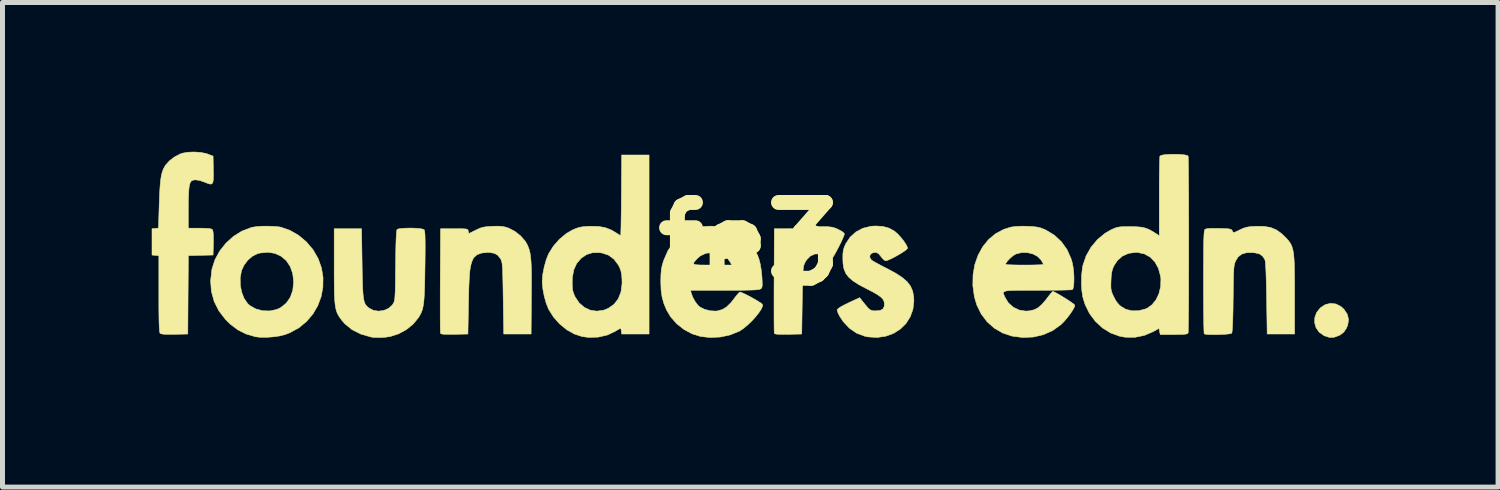
<source format=kicad_pcb>
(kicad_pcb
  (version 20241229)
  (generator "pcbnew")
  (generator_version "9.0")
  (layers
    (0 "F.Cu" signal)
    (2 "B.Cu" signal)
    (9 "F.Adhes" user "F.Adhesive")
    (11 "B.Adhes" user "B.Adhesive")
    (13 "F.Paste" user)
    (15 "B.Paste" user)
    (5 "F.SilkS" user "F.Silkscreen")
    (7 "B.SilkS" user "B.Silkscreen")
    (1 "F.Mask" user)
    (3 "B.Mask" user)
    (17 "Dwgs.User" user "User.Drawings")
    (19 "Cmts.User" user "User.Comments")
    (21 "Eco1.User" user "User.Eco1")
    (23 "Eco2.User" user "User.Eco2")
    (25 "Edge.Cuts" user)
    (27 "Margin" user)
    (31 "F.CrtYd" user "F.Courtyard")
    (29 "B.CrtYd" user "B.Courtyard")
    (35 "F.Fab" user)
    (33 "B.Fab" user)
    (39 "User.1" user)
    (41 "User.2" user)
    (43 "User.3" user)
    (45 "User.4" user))
  (footprint "fe3"
    (layer "F.Cu")
    (at 12.017 1.854)
    (property "Reference" "fe3" (at 0 0 0) (layer "F.SilkS") (effects (font (size 1.524 1.524) (thickness 0.3))))
    (attr through_hole)
    (fp_poly (pts (xy 11.787 1.206) (xy 11.888 1.259) (xy 11.945 1.311) (xy 12.013 1.412) (xy 12.039 1.518) (xy 12.023 1.628) (xy 11.998 1.689) (xy 11.945 1.769) (xy 11.876 1.824) (xy 11.854 1.836) (xy 11.75 1.875) (xy 11.655 1.878) (xy 11.555 1.846) (xy 11.542 1.84) (xy 11.448 1.772) (xy 11.386 1.684) (xy 11.357 1.583) (xy 11.361 1.476) (xy 11.399 1.373) (xy 11.473 1.283) (xy 11.572 1.218) (xy 11.679 1.193) (xy 11.787 1.206)) (stroke (width 0.01) (type solid)) (fill yes) (layer "F.SilkS"))
    (fp_poly (pts (xy 1.56 -0.348) (xy 1.635 -0.341) (xy 1.696 -0.328) (xy 1.757 -0.304) (xy 1.783 -0.292) (xy 1.851 -0.256) (xy 1.894 -0.222) (xy 1.905 -0.203) (xy 1.896 -0.169) (xy 1.871 -0.109) (xy 1.836 -0.032) (xy 1.794 0.052) (xy 1.751 0.135) (xy 1.711 0.207) (xy 1.679 0.26) (xy 1.66 0.283) (xy 1.659 0.284) (xy 1.628 0.28) (xy 1.574 0.26) (xy 1.532 0.24) (xy 1.418 0.2) (xy 1.313 0.201) (xy 1.221 0.242) (xy 1.144 0.321) (xy 1.117 0.365) (xy 1.104 0.392) (xy 1.093 0.419) (xy 1.084 0.452) (xy 1.078 0.496) (xy 1.073 0.556) (xy 1.069 0.637) (xy 1.065 0.743) (xy 1.063 0.879) (xy 1.06 1.051) (xy 1.058 1.132) (xy 1.048 1.81) (xy 0.777 1.816) (xy 0.658 1.817) (xy 0.576 1.815) (xy 0.525 1.81) (xy 0.5 1.8) (xy 0.497 1.795) (xy 0.495 1.769) (xy 0.493 1.704) (xy 0.492 1.606) (xy 0.491 1.478) (xy 0.491 1.325) (xy 0.491 1.15) (xy 0.491 0.958) (xy 0.492 0.753) (xy 0.492 0.73) (xy 0.497 -0.307) (xy 0.762 -0.307) (xy 0.872 -0.306) (xy 0.948 -0.304) (xy 0.996 -0.299) (xy 1.023 -0.291) (xy 1.039 -0.277) (xy 1.046 -0.262) (xy 1.059 -0.238) (xy 1.076 -0.232) (xy 1.106 -0.247) (xy 1.159 -0.284) (xy 1.205 -0.314) (xy 1.245 -0.333) (xy 1.292 -0.344) (xy 1.356 -0.348) (xy 1.45 -0.349) (xy 1.457 -0.349) (xy 1.56 -0.348)) (stroke (width 0.01) (type solid)) (fill yes) (layer "F.SilkS"))
    (fp_poly (pts (xy -11.039 -1.841) (xy -10.926 -1.819) (xy -10.89 -1.807) (xy -10.784 -1.766) (xy -10.779 -1.5) (xy -10.777 -1.375) (xy -10.78 -1.288) (xy -10.79 -1.233) (xy -10.812 -1.207) (xy -10.846 -1.204) (xy -10.898 -1.22) (xy -10.943 -1.239) (xy -11.05 -1.276) (xy -11.14 -1.29) (xy -11.206 -1.278) (xy -11.213 -1.273) (xy -11.236 -1.248) (xy -11.254 -1.203) (xy -11.267 -1.132) (xy -11.275 -1.032) (xy -11.28 -0.899) (xy -11.282 -0.728) (xy -11.282 -0.715) (xy -11.282 -0.318) (xy -11.052 -0.318) (xy -10.939 -0.316) (xy -10.863 -0.31) (xy -10.817 -0.301) (xy -10.797 -0.288) (xy -10.785 -0.249) (xy -10.778 -0.169) (xy -10.778 -0.048) (xy -10.778 -0.018) (xy -10.784 0.222) (xy -11.033 0.228) (xy -11.281 0.234) (xy -11.287 1.022) (xy -11.292 1.81) (xy -11.557 1.816) (xy -11.684 1.817) (xy -11.772 1.814) (xy -11.826 1.806) (xy -11.849 1.796) (xy -11.856 1.777) (xy -11.862 1.737) (xy -11.866 1.67) (xy -11.87 1.575) (xy -11.872 1.448) (xy -11.874 1.286) (xy -11.874 1.086) (xy -11.874 1.003) (xy -11.874 0.236) (xy -11.943 0.229) (xy -12.012 0.222) (xy -12.012 -0.307) (xy -11.947 -0.313) (xy -11.881 -0.32) (xy -11.867 -0.8) (xy -11.86 -0.991) (xy -11.851 -1.145) (xy -11.84 -1.268) (xy -11.826 -1.366) (xy -11.806 -1.445) (xy -11.782 -1.51) (xy -11.751 -1.567) (xy -11.735 -1.59) (xy -11.658 -1.675) (xy -11.555 -1.752) (xy -11.442 -1.81) (xy -11.4 -1.825) (xy -11.293 -1.844) (xy -11.167 -1.849) (xy -11.039 -1.841)) (stroke (width 0.01) (type solid)) (fill yes) (layer "F.SilkS"))
    (fp_poly (pts (xy -9.55 -0.353) (xy -9.451 -0.343) (xy -9.42 -0.337) (xy -9.241 -0.275) (xy -9.067 -0.175) (xy -8.909 -0.043) (xy -8.772 0.119) (xy -8.671 0.296) (xy -8.605 0.483) (xy -8.574 0.675) (xy -8.577 0.868) (xy -8.612 1.057) (xy -8.679 1.238) (xy -8.776 1.405) (xy -8.903 1.555) (xy -9.057 1.683) (xy -9.239 1.783) (xy -9.337 1.821) (xy -9.442 1.848) (xy -9.57 1.866) (xy -9.704 1.876) (xy -9.83 1.876) (xy -9.932 1.865) (xy -9.938 1.863) (xy -10.124 1.808) (xy -10.287 1.726) (xy -10.437 1.613) (xy -10.535 1.516) (xy -10.667 1.345) (xy -10.762 1.156) (xy -10.818 0.953) (xy -10.834 0.739) (xy -10.827 0.682) (xy -10.239 0.682) (xy -10.237 0.828) (xy -10.21 0.968) (xy -10.161 1.094) (xy -10.091 1.196) (xy -10.047 1.237) (xy -9.926 1.305) (xy -9.788 1.342) (xy -9.646 1.346) (xy -9.51 1.318) (xy -9.428 1.281) (xy -9.315 1.191) (xy -9.232 1.073) (xy -9.182 0.93) (xy -9.165 0.762) (xy -9.183 0.597) (xy -9.233 0.454) (xy -9.311 0.336) (xy -9.415 0.247) (xy -9.54 0.189) (xy -9.681 0.166) (xy -9.836 0.181) (xy -9.893 0.195) (xy -9.991 0.244) (xy -10.084 0.323) (xy -10.161 0.424) (xy -10.212 0.534) (xy -10.214 0.541) (xy -10.239 0.682) (xy -10.827 0.682) (xy -10.809 0.517) (xy -10.806 0.502) (xy -10.746 0.316) (xy -10.651 0.141) (xy -10.525 -0.017) (xy -10.376 -0.152) (xy -10.208 -0.257) (xy -10.027 -0.328) (xy -9.99 -0.337) (xy -9.904 -0.35) (xy -9.792 -0.357) (xy -9.668 -0.358) (xy -9.55 -0.353)) (stroke (width 0.01) (type solid)) (fill yes) (layer "F.SilkS"))
    (fp_poly (pts (xy -4.979 -0.354) (xy -4.912 -0.341) (xy -4.844 -0.319) (xy -4.718 -0.254) (xy -4.603 -0.163) (xy -4.511 -0.057) (xy -4.478 -0.002) (xy -4.453 0.051) (xy -4.432 0.107) (xy -4.416 0.168) (xy -4.404 0.241) (xy -4.395 0.329) (xy -4.389 0.439) (xy -4.385 0.573) (xy -4.384 0.738) (xy -4.385 0.937) (xy -4.386 1.079) (xy -4.392 1.81) (xy -4.942 1.81) (xy -4.953 1.09) (xy -4.956 0.896) (xy -4.959 0.739) (xy -4.962 0.615) (xy -4.965 0.52) (xy -4.97 0.448) (xy -4.975 0.395) (xy -4.982 0.357) (xy -4.991 0.329) (xy -5.001 0.306) (xy -5.007 0.296) (xy -5.06 0.228) (xy -5.128 0.188) (xy -5.221 0.171) (xy -5.266 0.17) (xy -5.387 0.182) (xy -5.481 0.217) (xy -5.544 0.274) (xy -5.553 0.289) (xy -5.576 0.338) (xy -5.594 0.39) (xy -5.609 0.45) (xy -5.621 0.524) (xy -5.63 0.615) (xy -5.637 0.731) (xy -5.643 0.875) (xy -5.647 1.054) (xy -5.65 1.175) (xy -5.662 1.81) (xy -5.932 1.816) (xy -6.052 1.817) (xy -6.134 1.815) (xy -6.185 1.81) (xy -6.209 1.8) (xy -6.213 1.795) (xy -6.215 1.769) (xy -6.217 1.704) (xy -6.218 1.606) (xy -6.219 1.478) (xy -6.219 1.325) (xy -6.219 1.15) (xy -6.219 0.958) (xy -6.218 0.753) (xy -6.218 0.73) (xy -6.212 -0.307) (xy -5.937 -0.307) (xy -5.825 -0.307) (xy -5.748 -0.305) (xy -5.7 -0.301) (xy -5.673 -0.293) (xy -5.66 -0.28) (xy -5.656 -0.262) (xy -5.655 -0.259) (xy -5.648 -0.222) (xy -5.643 -0.212) (xy -5.623 -0.22) (xy -5.574 -0.244) (xy -5.509 -0.276) (xy -5.501 -0.28) (xy -5.429 -0.314) (xy -5.365 -0.335) (xy -5.294 -0.347) (xy -5.201 -0.354) (xy -5.165 -0.356) (xy -5.058 -0.358) (xy -4.979 -0.354)) (stroke (width 0.01) (type solid)) (fill yes) (layer "F.SilkS"))
    (fp_poly (pts (xy -6.716 -0.317) (xy -6.632 -0.31) (xy -6.57 -0.299) (xy -6.541 -0.286) (xy -6.533 -0.267) (xy -6.528 -0.227) (xy -6.524 -0.163) (xy -6.522 -0.071) (xy -6.521 0.051) (xy -6.522 0.209) (xy -6.524 0.404) (xy -6.525 0.46) (xy -6.528 0.672) (xy -6.532 0.848) (xy -6.537 0.99) (xy -6.544 1.105) (xy -6.553 1.197) (xy -6.566 1.271) (xy -6.582 1.332) (xy -6.603 1.385) (xy -6.629 1.435) (xy -6.656 1.48) (xy -6.76 1.608) (xy -6.895 1.718) (xy -7.051 1.804) (xy -7.218 1.858) (xy -7.238 1.863) (xy -7.339 1.876) (xy -7.451 1.881) (xy -7.553 1.878) (xy -7.609 1.87) (xy -7.815 1.811) (xy -7.99 1.723) (xy -8.134 1.606) (xy -8.197 1.533) (xy -8.235 1.482) (xy -8.266 1.434) (xy -8.291 1.384) (xy -8.31 1.328) (xy -8.325 1.26) (xy -8.335 1.176) (xy -8.343 1.071) (xy -8.347 0.941) (xy -8.349 0.782) (xy -8.35 0.587) (xy -8.35 0.445) (xy -8.35 -0.307) (xy -7.8 -0.307) (xy -7.789 0.392) (xy -7.786 0.597) (xy -7.782 0.765) (xy -7.777 0.899) (xy -7.77 1.005) (xy -7.761 1.086) (xy -7.749 1.148) (xy -7.733 1.194) (xy -7.713 1.229) (xy -7.687 1.257) (xy -7.656 1.284) (xy -7.653 1.287) (xy -7.562 1.334) (xy -7.458 1.35) (xy -7.353 1.336) (xy -7.257 1.295) (xy -7.183 1.228) (xy -7.171 1.21) (xy -7.158 1.188) (xy -7.147 1.165) (xy -7.139 1.136) (xy -7.132 1.097) (xy -7.128 1.043) (xy -7.124 0.969) (xy -7.121 0.871) (xy -7.119 0.743) (xy -7.118 0.581) (xy -7.116 0.435) (xy -7.113 0.216) (xy -7.11 0.035) (xy -7.105 -0.107) (xy -7.099 -0.209) (xy -7.093 -0.271) (xy -7.087 -0.29) (xy -7.055 -0.304) (xy -6.991 -0.313) (xy -6.906 -0.318) (xy -6.811 -0.32) (xy -6.716 -0.317)) (stroke (width 0.01) (type solid)) (fill yes) (layer "F.SilkS"))
    (fp_poly (pts (xy -2.021 1.81) (xy -2.572 1.81) (xy -2.578 1.752) (xy -2.586 1.709) (xy -2.593 1.693) (xy -2.614 1.704) (xy -2.659 1.73) (xy -2.703 1.756) (xy -2.863 1.831) (xy -3.043 1.872) (xy -3.233 1.878) (xy -3.365 1.861) (xy -3.522 1.81) (xy -3.675 1.724) (xy -3.818 1.608) (xy -3.941 1.469) (xy -4.039 1.314) (xy -4.042 1.307) (xy -4.088 1.192) (xy -4.127 1.053) (xy -4.155 0.909) (xy -4.168 0.777) (xy -4.168 0.762) (xy -3.566 0.762) (xy -3.564 0.86) (xy -3.556 0.932) (xy -3.538 0.994) (xy -3.507 1.064) (xy -3.426 1.185) (xy -3.323 1.274) (xy -3.203 1.33) (xy -3.072 1.35) (xy -2.937 1.332) (xy -2.842 1.294) (xy -2.725 1.212) (xy -2.64 1.102) (xy -2.586 0.965) (xy -2.564 0.8) (xy -2.565 0.71) (xy -2.573 0.611) (xy -2.588 0.537) (xy -2.613 0.471) (xy -2.639 0.421) (xy -2.726 0.306) (xy -2.835 0.225) (xy -2.967 0.181) (xy -3.026 0.173) (xy -3.163 0.177) (xy -3.278 0.213) (xy -3.382 0.284) (xy -3.387 0.288) (xy -3.476 0.392) (xy -3.533 0.517) (xy -3.562 0.667) (xy -3.566 0.762) (xy -4.168 0.762) (xy -4.168 0.751) (xy -4.158 0.613) (xy -4.128 0.46) (xy -4.086 0.311) (xy -4.04 0.197) (xy -3.945 0.045) (xy -3.823 -0.095) (xy -3.683 -0.211) (xy -3.564 -0.28) (xy -3.488 -0.313) (xy -3.422 -0.334) (xy -3.351 -0.347) (xy -3.26 -0.354) (xy -3.207 -0.356) (xy -3.042 -0.353) (xy -2.902 -0.329) (xy -2.777 -0.28) (xy -2.678 -0.221) (xy -2.63 -0.19) (xy -2.598 -0.171) (xy -2.592 -0.169) (xy -2.59 -0.19) (xy -2.588 -0.248) (xy -2.585 -0.339) (xy -2.583 -0.459) (xy -2.581 -0.603) (xy -2.579 -0.766) (xy -2.578 -0.945) (xy -2.577 -0.979) (xy -2.572 -1.789) (xy -2.021 -1.789) (xy -2.021 1.81)) (stroke (width 0.01) (type solid)) (fill yes) (layer "F.SilkS"))
    (fp_poly (pts (xy 2.678 -0.353) (xy 2.801 -0.319) (xy 2.91 -0.259) (xy 2.925 -0.247) (xy 2.984 -0.194) (xy 3.046 -0.126) (xy 3.103 -0.053) (xy 3.147 0.015) (xy 3.172 0.069) (xy 3.175 0.085) (xy 3.157 0.108) (xy 3.111 0.144) (xy 3.044 0.187) (xy 2.966 0.233) (xy 2.887 0.276) (xy 2.814 0.311) (xy 2.758 0.333) (xy 2.734 0.338) (xy 2.702 0.321) (xy 2.661 0.279) (xy 2.641 0.253) (xy 2.595 0.197) (xy 2.552 0.173) (xy 2.523 0.169) (xy 2.458 0.184) (xy 2.421 0.22) (xy 2.415 0.268) (xy 2.446 0.319) (xy 2.45 0.323) (xy 2.482 0.344) (xy 2.543 0.379) (xy 2.628 0.425) (xy 2.726 0.476) (xy 2.766 0.496) (xy 2.935 0.587) (xy 3.067 0.673) (xy 3.166 0.758) (xy 3.234 0.848) (xy 3.277 0.946) (xy 3.298 1.058) (xy 3.302 1.143) (xy 3.283 1.313) (xy 3.227 1.466) (xy 3.141 1.601) (xy 3.027 1.712) (xy 2.89 1.798) (xy 2.735 1.854) (xy 2.566 1.879) (xy 2.387 1.868) (xy 2.315 1.854) (xy 2.152 1.793) (xy 2.007 1.694) (xy 1.88 1.558) (xy 1.811 1.453) (xy 1.779 1.392) (xy 1.762 1.34) (xy 1.76 1.321) (xy 1.783 1.296) (xy 1.839 1.259) (xy 1.924 1.214) (xy 1.99 1.182) (xy 2.212 1.079) (xy 2.265 1.146) (xy 2.332 1.229) (xy 2.381 1.286) (xy 2.419 1.32) (xy 2.453 1.337) (xy 2.492 1.343) (xy 2.535 1.344) (xy 2.624 1.336) (xy 2.679 1.307) (xy 2.705 1.255) (xy 2.709 1.208) (xy 2.703 1.158) (xy 2.681 1.112) (xy 2.639 1.067) (xy 2.572 1.019) (xy 2.474 0.963) (xy 2.356 0.902) (xy 2.2 0.82) (xy 2.081 0.744) (xy 1.993 0.669) (xy 1.933 0.59) (xy 1.896 0.5) (xy 1.878 0.395) (xy 1.874 0.296) (xy 1.875 0.199) (xy 1.884 0.127) (xy 1.902 0.064) (xy 1.933 -0.005) (xy 2.021 -0.138) (xy 2.138 -0.243) (xy 2.279 -0.317) (xy 2.438 -0.356) (xy 2.529 -0.362) (xy 2.678 -0.353)) (stroke (width 0.01) (type solid)) (fill yes) (layer "F.SilkS"))
    (fp_poly (pts (xy 10.341 -0.354) (xy 10.473 -0.331) (xy 10.586 -0.284) (xy 10.691 -0.21) (xy 10.753 -0.151) (xy 10.801 -0.102) (xy 10.84 -0.056) (xy 10.872 -0.01) (xy 10.897 0.041) (xy 10.916 0.102) (xy 10.931 0.176) (xy 10.941 0.27) (xy 10.948 0.385) (xy 10.951 0.529) (xy 10.953 0.703) (xy 10.954 0.914) (xy 10.954 1.016) (xy 10.954 1.81) (xy 10.403 1.81) (xy 10.392 1.09) (xy 10.388 0.874) (xy 10.383 0.69) (xy 10.378 0.54) (xy 10.371 0.426) (xy 10.365 0.351) (xy 10.358 0.318) (xy 10.314 0.247) (xy 10.252 0.202) (xy 10.163 0.179) (xy 10.109 0.173) (xy 9.984 0.176) (xy 9.889 0.204) (xy 9.818 0.261) (xy 9.771 0.337) (xy 9.758 0.366) (xy 9.748 0.397) (xy 9.74 0.435) (xy 9.734 0.485) (xy 9.73 0.552) (xy 9.726 0.64) (xy 9.724 0.755) (xy 9.722 0.903) (xy 9.72 1.087) (xy 9.719 1.1) (xy 9.717 1.307) (xy 9.713 1.48) (xy 9.708 1.617) (xy 9.702 1.716) (xy 9.696 1.776) (xy 9.69 1.793) (xy 9.662 1.803) (xy 9.602 1.811) (xy 9.52 1.817) (xy 9.426 1.821) (xy 9.331 1.822) (xy 9.245 1.82) (xy 9.178 1.816) (xy 9.14 1.808) (xy 9.137 1.806) (xy 9.134 1.783) (xy 9.132 1.721) (xy 9.129 1.626) (xy 9.127 1.5) (xy 9.125 1.349) (xy 9.124 1.176) (xy 9.123 0.985) (xy 9.123 0.781) (xy 9.123 0.761) (xy 9.123 0.519) (xy 9.124 0.317) (xy 9.125 0.15) (xy 9.126 0.015) (xy 9.129 -0.09) (xy 9.132 -0.17) (xy 9.136 -0.227) (xy 9.141 -0.264) (xy 9.147 -0.286) (xy 9.152 -0.294) (xy 9.191 -0.307) (xy 9.272 -0.313) (xy 9.394 -0.314) (xy 9.433 -0.313) (xy 9.54 -0.31) (xy 9.613 -0.306) (xy 9.658 -0.299) (xy 9.684 -0.288) (xy 9.699 -0.272) (xy 9.703 -0.263) (xy 9.715 -0.24) (xy 9.731 -0.232) (xy 9.761 -0.24) (xy 9.815 -0.265) (xy 9.851 -0.283) (xy 9.922 -0.316) (xy 9.986 -0.336) (xy 10.058 -0.348) (xy 10.155 -0.355) (xy 10.181 -0.356) (xy 10.341 -0.354)) (stroke (width 0.01) (type solid)) (fill yes) (layer "F.SilkS"))
    (fp_poly (pts (xy -0.664 -0.356) (xy -0.515 -0.34) (xy -0.388 -0.31) (xy -0.36 -0.3) (xy -0.196 -0.213) (xy -0.051 -0.092) (xy 0.07 0.057) (xy 0.161 0.23) (xy 0.191 0.313) (xy 0.213 0.401) (xy 0.232 0.513) (xy 0.245 0.627) (xy 0.248 0.665) (xy 0.253 0.762) (xy 0.254 0.826) (xy 0.249 0.865) (xy 0.237 0.889) (xy 0.222 0.903) (xy 0.202 0.911) (xy 0.165 0.918) (xy 0.108 0.923) (xy 0.026 0.926) (xy -0.085 0.929) (xy -0.228 0.931) (xy -0.408 0.931) (xy -0.502 0.931) (xy -1.186 0.931) (xy -1.173 0.99) (xy -1.142 1.072) (xy -1.094 1.159) (xy -1.037 1.233) (xy -0.999 1.267) (xy -0.905 1.314) (xy -0.791 1.343) (xy -0.677 1.349) (xy -0.647 1.345) (xy -0.55 1.318) (xy -0.462 1.265) (xy -0.375 1.18) (xy -0.318 1.107) (xy -0.269 1.043) (xy -0.227 0.994) (xy -0.2 0.968) (xy -0.198 0.966) (xy -0.172 0.972) (xy -0.119 0.995) (xy -0.047 1.03) (xy 0.033 1.072) (xy 0.113 1.117) (xy 0.183 1.159) (xy 0.235 1.193) (xy 0.258 1.214) (xy 0.259 1.252) (xy 0.233 1.311) (xy 0.184 1.384) (xy 0.119 1.466) (xy 0.043 1.549) (xy -0.04 1.628) (xy -0.122 1.697) (xy -0.2 1.749) (xy -0.21 1.754) (xy -0.389 1.827) (xy -0.587 1.87) (xy -0.795 1.88) (xy -0.984 1.859) (xy -1.155 1.806) (xy -1.318 1.719) (xy -1.465 1.603) (xy -1.587 1.465) (xy -1.668 1.33) (xy -1.723 1.197) (xy -1.759 1.068) (xy -1.779 0.93) (xy -1.785 0.768) (xy -1.785 0.73) (xy -1.782 0.61) (xy -1.774 0.517) (xy -1.758 0.433) (xy -1.746 0.393) (xy -1.126 0.393) (xy -1.111 0.409) (xy -1.069 0.418) (xy -0.996 0.422) (xy -0.888 0.423) (xy -0.752 0.423) (xy -0.359 0.423) (xy -0.389 0.365) (xy -0.46 0.268) (xy -0.556 0.204) (xy -0.677 0.173) (xy -0.743 0.169) (xy -0.878 0.187) (xy -0.99 0.239) (xy -1.05 0.29) (xy -1.092 0.336) (xy -1.119 0.369) (xy -1.126 0.393) (xy -1.746 0.393) (xy -1.732 0.344) (xy -1.726 0.328) (xy -1.642 0.135) (xy -1.53 -0.031) (xy -1.392 -0.166) (xy -1.232 -0.267) (xy -1.099 -0.319) (xy -0.971 -0.346) (xy -0.821 -0.358) (xy -0.664 -0.356)) (stroke (width 0.01) (type solid)) (fill yes) (layer "F.SilkS"))
    (fp_poly (pts (xy 5.593 -0.356) (xy 5.702 -0.349) (xy 5.783 -0.339) (xy 5.85 -0.323) (xy 5.917 -0.297) (xy 5.955 -0.28) (xy 6.124 -0.178) (xy 6.268 -0.044) (xy 6.382 0.116) (xy 6.463 0.299) (xy 6.487 0.383) (xy 6.504 0.476) (xy 6.515 0.579) (xy 6.52 0.682) (xy 6.518 0.776) (xy 6.511 0.854) (xy 6.498 0.904) (xy 6.486 0.918) (xy 6.457 0.922) (xy 6.391 0.924) (xy 6.294 0.927) (xy 6.17 0.929) (xy 6.026 0.93) (xy 5.866 0.931) (xy 5.777 0.931) (xy 5.585 0.931) (xy 5.432 0.932) (xy 5.314 0.933) (xy 5.225 0.936) (xy 5.164 0.943) (xy 5.126 0.953) (xy 5.106 0.967) (xy 5.101 0.986) (xy 5.108 1.012) (xy 5.121 1.045) (xy 5.13 1.066) (xy 5.2 1.182) (xy 5.299 1.271) (xy 5.418 1.328) (xy 5.55 1.349) (xy 5.627 1.344) (xy 5.72 1.322) (xy 5.801 1.28) (xy 5.878 1.212) (xy 5.962 1.113) (xy 5.972 1.099) (xy 6.022 1.033) (xy 6.064 0.983) (xy 6.089 0.956) (xy 6.094 0.953) (xy 6.124 0.964) (xy 6.179 0.993) (xy 6.25 1.034) (xy 6.328 1.082) (xy 6.405 1.131) (xy 6.471 1.176) (xy 6.517 1.21) (xy 6.536 1.23) (xy 6.527 1.268) (xy 6.495 1.328) (xy 6.446 1.402) (xy 6.387 1.48) (xy 6.323 1.555) (xy 6.261 1.618) (xy 6.256 1.622) (xy 6.091 1.74) (xy 5.905 1.823) (xy 5.704 1.87) (xy 5.492 1.88) (xy 5.276 1.852) (xy 5.088 1.79) (xy 4.92 1.693) (xy 4.774 1.564) (xy 4.655 1.407) (xy 4.566 1.225) (xy 4.518 1.062) (xy 4.487 0.837) (xy 4.491 0.621) (xy 4.526 0.416) (xy 4.528 0.409) (xy 5.144 0.409) (xy 5.164 0.414) (xy 5.219 0.418) (xy 5.304 0.421) (xy 5.411 0.423) (xy 5.524 0.423) (xy 5.646 0.423) (xy 5.752 0.421) (xy 5.835 0.418) (xy 5.888 0.414) (xy 5.905 0.41) (xy 5.895 0.385) (xy 5.87 0.34) (xy 5.862 0.327) (xy 5.794 0.254) (xy 5.699 0.202) (xy 5.587 0.174) (xy 5.471 0.172) (xy 5.361 0.199) (xy 5.334 0.211) (xy 5.281 0.247) (xy 5.226 0.296) (xy 5.178 0.348) (xy 5.148 0.393) (xy 5.144 0.409) (xy 4.528 0.409) (xy 4.592 0.227) (xy 4.685 0.057) (xy 4.803 -0.089) (xy 4.946 -0.208) (xy 5.11 -0.295) (xy 5.252 -0.339) (xy 5.346 -0.352) (xy 5.468 -0.358) (xy 5.593 -0.356)) (stroke (width 0.01) (type solid)) (fill yes) (layer "F.SilkS"))
    (fp_poly (pts (xy 8.601 -1.802) (xy 8.689 -1.797) (xy 8.761 -1.788) (xy 8.805 -1.774) (xy 8.814 -1.766) (xy 8.816 -1.739) (xy 8.818 -1.674) (xy 8.82 -1.575) (xy 8.821 -1.444) (xy 8.822 -1.287) (xy 8.824 -1.106) (xy 8.825 -0.907) (xy 8.825 -0.691) (xy 8.826 -0.465) (xy 8.826 -0.23) (xy 8.826 0.008) (xy 8.826 0.246) (xy 8.826 0.481) (xy 8.825 0.708) (xy 8.825 0.923) (xy 8.824 1.124) (xy 8.823 1.304) (xy 8.821 1.462) (xy 8.82 1.593) (xy 8.818 1.694) (xy 8.816 1.759) (xy 8.814 1.787) (xy 8.814 1.787) (xy 8.802 1.801) (xy 8.776 1.81) (xy 8.728 1.816) (xy 8.653 1.819) (xy 8.542 1.82) (xy 8.527 1.82) (xy 8.254 1.82) (xy 8.241 1.758) (xy 8.229 1.696) (xy 8.113 1.761) (xy 7.934 1.838) (xy 7.744 1.876) (xy 7.55 1.874) (xy 7.439 1.854) (xy 7.258 1.789) (xy 7.094 1.688) (xy 6.95 1.555) (xy 6.831 1.396) (xy 6.742 1.214) (xy 6.699 1.074) (xy 6.678 0.942) (xy 6.672 0.832) (xy 7.261 0.832) (xy 7.264 0.902) (xy 7.275 0.957) (xy 7.296 1.012) (xy 7.31 1.041) (xy 7.351 1.123) (xy 7.388 1.179) (xy 7.432 1.227) (xy 7.465 1.256) (xy 7.565 1.314) (xy 7.685 1.343) (xy 7.815 1.342) (xy 7.946 1.31) (xy 7.992 1.291) (xy 8.09 1.22) (xy 8.171 1.119) (xy 8.229 0.994) (xy 8.262 0.854) (xy 8.267 0.706) (xy 8.259 0.644) (xy 8.217 0.489) (xy 8.146 0.361) (xy 8.051 0.263) (xy 7.934 0.199) (xy 7.798 0.17) (xy 7.762 0.169) (xy 7.617 0.188) (xy 7.492 0.244) (xy 7.39 0.335) (xy 7.324 0.437) (xy 7.296 0.501) (xy 7.278 0.569) (xy 7.268 0.656) (xy 7.264 0.735) (xy 7.261 0.832) (xy 6.672 0.832) (xy 6.67 0.788) (xy 6.673 0.629) (xy 6.689 0.483) (xy 6.7 0.425) (xy 6.765 0.237) (xy 6.864 0.063) (xy 6.992 -0.09) (xy 7.144 -0.215) (xy 7.252 -0.278) (xy 7.315 -0.308) (xy 7.367 -0.328) (xy 7.418 -0.34) (xy 7.48 -0.347) (xy 7.564 -0.349) (xy 7.651 -0.349) (xy 7.782 -0.346) (xy 7.882 -0.337) (xy 7.965 -0.317) (xy 8.043 -0.284) (xy 8.128 -0.235) (xy 8.165 -0.211) (xy 8.234 -0.165) (xy 8.234 -0.949) (xy 8.234 -1.128) (xy 8.235 -1.294) (xy 8.237 -1.443) (xy 8.239 -1.57) (xy 8.241 -1.669) (xy 8.244 -1.736) (xy 8.247 -1.765) (xy 8.247 -1.766) (xy 8.273 -1.781) (xy 8.331 -1.793) (xy 8.412 -1.8) (xy 8.505 -1.803) (xy 8.601 -1.802)) (stroke (width 0.01) (type solid)) (fill yes) (layer "F.SilkS")))
  (gr_rect
    (start -3 -3)
    (end 27.061 6.74)
    (stroke (width 0.1) (type default))
    (fill no)
    (layer "Edge.Cuts")))
</source>
